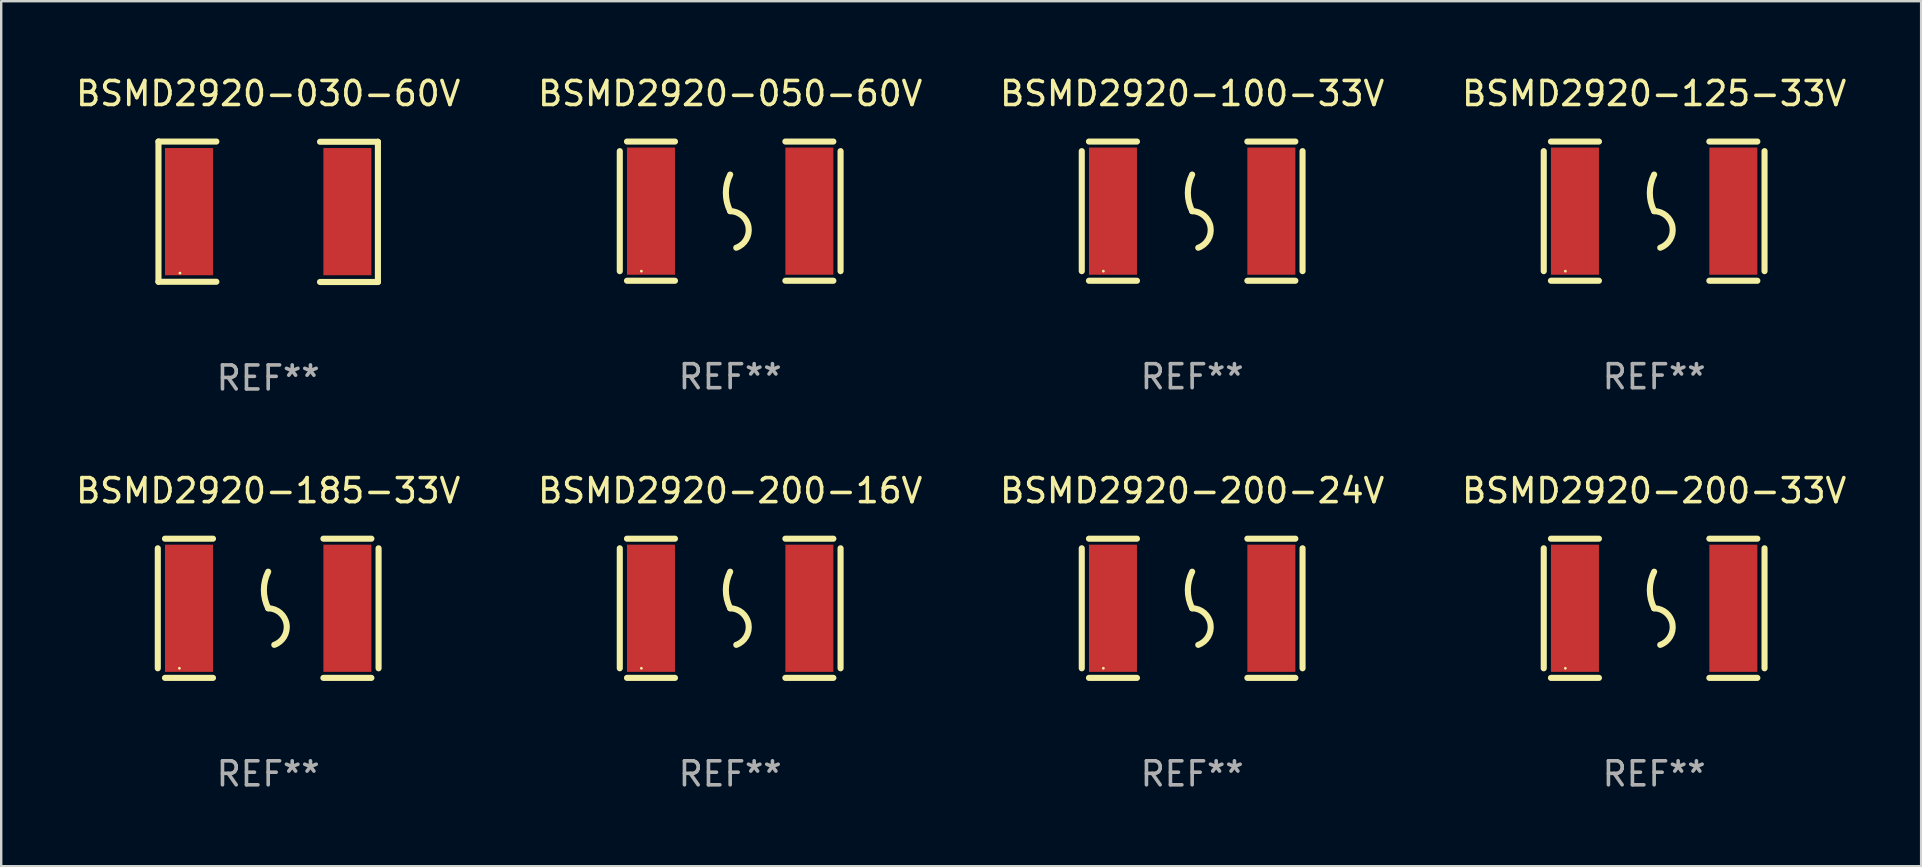
<source format=kicad_pcb>
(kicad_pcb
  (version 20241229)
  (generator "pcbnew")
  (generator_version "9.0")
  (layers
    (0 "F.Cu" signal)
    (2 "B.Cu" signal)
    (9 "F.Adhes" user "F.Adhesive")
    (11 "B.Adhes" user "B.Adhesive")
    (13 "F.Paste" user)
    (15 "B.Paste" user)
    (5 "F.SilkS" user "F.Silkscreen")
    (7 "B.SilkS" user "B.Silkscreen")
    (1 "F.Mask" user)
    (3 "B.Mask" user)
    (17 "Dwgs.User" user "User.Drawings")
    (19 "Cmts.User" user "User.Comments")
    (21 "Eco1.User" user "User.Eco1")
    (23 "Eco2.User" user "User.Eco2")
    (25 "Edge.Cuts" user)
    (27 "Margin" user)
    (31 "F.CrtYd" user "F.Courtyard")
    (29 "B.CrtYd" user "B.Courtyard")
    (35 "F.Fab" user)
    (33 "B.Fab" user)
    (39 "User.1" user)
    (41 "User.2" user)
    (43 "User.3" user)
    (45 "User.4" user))
  (footprint "BSMD2920-185-33V"
    (layer "F.Cu")
    (at 8.125 22.296)
    (property "Reference" "BSMD2920-185-33V" (at 0 -4.9 0) (layer "F.SilkS") (effects (font (size 1 1) (thickness 0.15))))
    (attr through_hole)
    (fp_line (start -4.6 -2.5) (end -4.6 2.5) (stroke (width 0.254) (type solid)) (layer "F.SilkS"))
    (fp_line (start -4.3 -2.9) (end -2.3 -2.9) (stroke (width 0.254) (type solid)) (layer "F.SilkS"))
    (fp_line (start -4.3 2.9) (end -2.3 2.9) (stroke (width 0.254) (type solid)) (layer "F.SilkS"))
    (fp_line (start 2.3 -2.9) (end 4.3 -2.9) (stroke (width 0.254) (type solid)) (layer "F.SilkS"))
    (fp_line (start 2.3 2.9) (end 4.3 2.9) (stroke (width 0.254) (type solid)) (layer "F.SilkS"))
    (fp_line (start 4.6 -2.5) (end 4.6 2.5) (stroke (width 0.254) (type solid)) (layer "F.SilkS"))
    (fp_arc (start 0 0) (mid -0.179884 -0.762002) (end 0 -1.524003) (stroke (width 0.254001) (type solid)) (layer "F.SilkS"))
    (fp_arc (start 0 0) (mid 0.763086 0.655987) (end 0.254001 1.524003) (stroke (width 0.254001) (type solid)) (layer "F.SilkS"))
    (fp_circle (center -3.7 2.5) (end -3.67 2.5) (stroke (width 0.06) (type solid)) (fill no) (layer "F.SilkS"))
    (fp_text user "REF**" (at 0 6.9 0) (layer "F.Fab") (effects (font (size 1 1) (thickness 0.15))))
    (pad "1" smd rect (at -3.3 0) (size 2 5.3) (layers "F.Cu" "F.Mask" "F.Paste"))
    (pad "2" smd rect (at 3.3 0) (size 2 5.3) (layers "F.Cu" "F.Mask" "F.Paste")))
  (footprint "BSMD2920-100-33V"
    (layer "F.Cu")
    (at 46.625 5.748)
    (property "Reference" "BSMD2920-100-33V" (at 0 -4.9 0) (layer "F.SilkS") (effects (font (size 1 1) (thickness 0.15))))
    (attr through_hole)
    (fp_line (start -4.6 -2.5) (end -4.6 2.5) (stroke (width 0.254) (type solid)) (layer "F.SilkS"))
    (fp_line (start -4.3 -2.9) (end -2.3 -2.9) (stroke (width 0.254) (type solid)) (layer "F.SilkS"))
    (fp_line (start -4.3 2.9) (end -2.3 2.9) (stroke (width 0.254) (type solid)) (layer "F.SilkS"))
    (fp_line (start 2.3 -2.9) (end 4.3 -2.9) (stroke (width 0.254) (type solid)) (layer "F.SilkS"))
    (fp_line (start 2.3 2.9) (end 4.3 2.9) (stroke (width 0.254) (type solid)) (layer "F.SilkS"))
    (fp_line (start 4.6 -2.5) (end 4.6 2.5) (stroke (width 0.254) (type solid)) (layer "F.SilkS"))
    (fp_arc (start 0 0) (mid -0.179884 -0.762002) (end 0 -1.524003) (stroke (width 0.254001) (type solid)) (layer "F.SilkS"))
    (fp_arc (start 0 0) (mid 0.763086 0.655987) (end 0.254001 1.524003) (stroke (width 0.254001) (type solid)) (layer "F.SilkS"))
    (fp_circle (center -3.7 2.5) (end -3.67 2.5) (stroke (width 0.06) (type solid)) (fill no) (layer "F.SilkS"))
    (fp_text user "REF**" (at 0 6.9 0) (layer "F.Fab") (effects (font (size 1 1) (thickness 0.15))))
    (pad "1" smd rect (at -3.3 0) (size 2 5.3) (layers "F.Cu" "F.Mask" "F.Paste"))
    (pad "2" smd rect (at 3.3 0) (size 2 5.3) (layers "F.Cu" "F.Mask" "F.Paste")))
  (footprint "BSMD2920-200-16V"
    (layer "F.Cu")
    (at 27.375 22.296)
    (property "Reference" "BSMD2920-200-16V" (at 0 -4.9 0) (layer "F.SilkS") (effects (font (size 1 1) (thickness 0.15))))
    (attr through_hole)
    (fp_line (start -4.6 -2.5) (end -4.6 2.5) (stroke (width 0.254) (type solid)) (layer "F.SilkS"))
    (fp_line (start -4.3 -2.9) (end -2.3 -2.9) (stroke (width 0.254) (type solid)) (layer "F.SilkS"))
    (fp_line (start -4.3 2.9) (end -2.3 2.9) (stroke (width 0.254) (type solid)) (layer "F.SilkS"))
    (fp_line (start 2.3 -2.9) (end 4.3 -2.9) (stroke (width 0.254) (type solid)) (layer "F.SilkS"))
    (fp_line (start 2.3 2.9) (end 4.3 2.9) (stroke (width 0.254) (type solid)) (layer "F.SilkS"))
    (fp_line (start 4.6 -2.5) (end 4.6 2.5) (stroke (width 0.254) (type solid)) (layer "F.SilkS"))
    (fp_arc (start 0 0) (mid -0.179884 -0.762002) (end 0 -1.524003) (stroke (width 0.254001) (type solid)) (layer "F.SilkS"))
    (fp_arc (start 0 0) (mid 0.763086 0.655987) (end 0.254001 1.524003) (stroke (width 0.254001) (type solid)) (layer "F.SilkS"))
    (fp_circle (center -3.7 2.5) (end -3.67 2.5) (stroke (width 0.06) (type solid)) (fill no) (layer "F.SilkS"))
    (fp_text user "REF**" (at 0 6.9 0) (layer "F.Fab") (effects (font (size 1 1) (thickness 0.15))))
    (pad "1" smd rect (at -3.3 0) (size 2 5.3) (layers "F.Cu" "F.Mask" "F.Paste"))
    (pad "2" smd rect (at 3.3 0) (size 2 5.3) (layers "F.Cu" "F.Mask" "F.Paste")))
  (footprint "BSMD2920-125-33V"
    (layer "F.Cu")
    (at 65.875 5.748)
    (property "Reference" "BSMD2920-125-33V" (at 0 -4.9 0) (layer "F.SilkS") (effects (font (size 1 1) (thickness 0.15))))
    (attr through_hole)
    (fp_line (start -4.6 -2.5) (end -4.6 2.5) (stroke (width 0.254) (type solid)) (layer "F.SilkS"))
    (fp_line (start -4.3 -2.9) (end -2.3 -2.9) (stroke (width 0.254) (type solid)) (layer "F.SilkS"))
    (fp_line (start -4.3 2.9) (end -2.3 2.9) (stroke (width 0.254) (type solid)) (layer "F.SilkS"))
    (fp_line (start 2.3 -2.9) (end 4.3 -2.9) (stroke (width 0.254) (type solid)) (layer "F.SilkS"))
    (fp_line (start 2.3 2.9) (end 4.3 2.9) (stroke (width 0.254) (type solid)) (layer "F.SilkS"))
    (fp_line (start 4.6 -2.5) (end 4.6 2.5) (stroke (width 0.254) (type solid)) (layer "F.SilkS"))
    (fp_arc (start 0 0) (mid -0.179884 -0.762002) (end 0 -1.524003) (stroke (width 0.254001) (type solid)) (layer "F.SilkS"))
    (fp_arc (start 0 0) (mid 0.763086 0.655987) (end 0.254001 1.524003) (stroke (width 0.254001) (type solid)) (layer "F.SilkS"))
    (fp_circle (center -3.7 2.5) (end -3.67 2.5) (stroke (width 0.06) (type solid)) (fill no) (layer "F.SilkS"))
    (fp_text user "REF**" (at 0 6.9 0) (layer "F.Fab") (effects (font (size 1 1) (thickness 0.15))))
    (pad "1" smd rect (at -3.3 0) (size 2 5.3) (layers "F.Cu" "F.Mask" "F.Paste"))
    (pad "2" smd rect (at 3.3 0) (size 2 5.3) (layers "F.Cu" "F.Mask" "F.Paste")))
  (footprint "BSMD2920-200-33V"
    (layer "F.Cu")
    (at 65.875 22.296)
    (property "Reference" "BSMD2920-200-33V" (at 0 -4.9 0) (layer "F.SilkS") (effects (font (size 1 1) (thickness 0.15))))
    (attr through_hole)
    (fp_line (start -4.6 -2.5) (end -4.6 2.5) (stroke (width 0.254) (type solid)) (layer "F.SilkS"))
    (fp_line (start -4.3 -2.9) (end -2.3 -2.9) (stroke (width 0.254) (type solid)) (layer "F.SilkS"))
    (fp_line (start -4.3 2.9) (end -2.3 2.9) (stroke (width 0.254) (type solid)) (layer "F.SilkS"))
    (fp_line (start 2.3 -2.9) (end 4.3 -2.9) (stroke (width 0.254) (type solid)) (layer "F.SilkS"))
    (fp_line (start 2.3 2.9) (end 4.3 2.9) (stroke (width 0.254) (type solid)) (layer "F.SilkS"))
    (fp_line (start 4.6 -2.5) (end 4.6 2.5) (stroke (width 0.254) (type solid)) (layer "F.SilkS"))
    (fp_arc (start 0 0) (mid -0.179884 -0.762002) (end 0 -1.524003) (stroke (width 0.254001) (type solid)) (layer "F.SilkS"))
    (fp_arc (start 0 0) (mid 0.763086 0.655987) (end 0.254001 1.524003) (stroke (width 0.254001) (type solid)) (layer "F.SilkS"))
    (fp_circle (center -3.7 2.5) (end -3.67 2.5) (stroke (width 0.06) (type solid)) (fill no) (layer "F.SilkS"))
    (fp_text user "REF**" (at 0 6.9 0) (layer "F.Fab") (effects (font (size 1 1) (thickness 0.15))))
    (pad "1" smd rect (at -3.3 0) (size 2 5.3) (layers "F.Cu" "F.Mask" "F.Paste"))
    (pad "2" smd rect (at 3.3 0) (size 2 5.3) (layers "F.Cu" "F.Mask" "F.Paste")))
  (footprint "BSMD2920-030-60V"
    (layer "F.Cu")
    (at 8.125 5.774)
    (property "Reference" "BSMD2920-030-60V" (at 0 -4.926 0) (layer "F.SilkS") (effects (font (size 1 1) (thickness 0.15))))
    (attr through_hole)
    (fp_line (start -4.572 -2.926) (end -4.572 2.916) (stroke (width 0.254) (type solid)) (layer "F.SilkS"))
    (fp_line (start -4.572 2.916) (end -2.159 2.916) (stroke (width 0.254) (type solid)) (layer "F.SilkS"))
    (fp_line (start -2.159 -2.926) (end -4.572 -2.926) (stroke (width 0.254) (type solid)) (layer "F.SilkS"))
    (fp_line (start 2.159 2.926) (end 4.572 2.926) (stroke (width 0.254) (type solid)) (layer "F.SilkS"))
    (fp_line (start 4.572 -2.916) (end 2.159 -2.916) (stroke (width 0.254) (type solid)) (layer "F.SilkS"))
    (fp_line (start 4.572 2.926) (end 4.572 -2.916) (stroke (width 0.254) (type solid)) (layer "F.SilkS"))
    (fp_circle (center -3.677 2.555) (end -3.647 2.555) (stroke (width 0.06) (type solid)) (fill no) (layer "F.SilkS"))
    (fp_text user "REF**" (at 0 6.926 0) (layer "F.Fab") (effects (font (size 1 1) (thickness 0.15))))
    (pad "1" smd rect (at -3.3 -0.005) (size 2 5.3) (layers "F.Cu" "F.Mask" "F.Paste"))
    (pad "2" smd rect (at 3.3 -0.005) (size 2 5.3) (layers "F.Cu" "F.Mask" "F.Paste")))
  (footprint "BSMD2920-050-60V"
    (layer "F.Cu")
    (at 27.375 5.748)
    (property "Reference" "BSMD2920-050-60V" (at 0 -4.9 0) (layer "F.SilkS") (effects (font (size 1 1) (thickness 0.15))))
    (attr through_hole)
    (fp_line (start -4.6 -2.5) (end -4.6 2.5) (stroke (width 0.254) (type solid)) (layer "F.SilkS"))
    (fp_line (start -4.3 -2.9) (end -2.3 -2.9) (stroke (width 0.254) (type solid)) (layer "F.SilkS"))
    (fp_line (start -4.3 2.9) (end -2.3 2.9) (stroke (width 0.254) (type solid)) (layer "F.SilkS"))
    (fp_line (start 2.3 -2.9) (end 4.3 -2.9) (stroke (width 0.254) (type solid)) (layer "F.SilkS"))
    (fp_line (start 2.3 2.9) (end 4.3 2.9) (stroke (width 0.254) (type solid)) (layer "F.SilkS"))
    (fp_line (start 4.6 -2.5) (end 4.6 2.5) (stroke (width 0.254) (type solid)) (layer "F.SilkS"))
    (fp_arc (start 0 0) (mid -0.179884 -0.762002) (end 0 -1.524003) (stroke (width 0.254001) (type solid)) (layer "F.SilkS"))
    (fp_arc (start 0 0) (mid 0.763086 0.655987) (end 0.254001 1.524003) (stroke (width 0.254001) (type solid)) (layer "F.SilkS"))
    (fp_circle (center -3.7 2.5) (end -3.67 2.5) (stroke (width 0.06) (type solid)) (fill no) (layer "F.SilkS"))
    (fp_text user "REF**" (at 0 6.9 0) (layer "F.Fab") (effects (font (size 1 1) (thickness 0.15))))
    (pad "1" smd rect (at -3.3 0) (size 2 5.3) (layers "F.Cu" "F.Mask" "F.Paste"))
    (pad "2" smd rect (at 3.3 0) (size 2 5.3) (layers "F.Cu" "F.Mask" "F.Paste")))
  (footprint "BSMD2920-200-24V"
    (layer "F.Cu")
    (at 46.625 22.296)
    (property "Reference" "BSMD2920-200-24V" (at 0 -4.9 0) (layer "F.SilkS") (effects (font (size 1 1) (thickness 0.15))))
    (attr through_hole)
    (fp_line (start -4.6 -2.5) (end -4.6 2.5) (stroke (width 0.254) (type solid)) (layer "F.SilkS"))
    (fp_line (start -4.3 -2.9) (end -2.3 -2.9) (stroke (width 0.254) (type solid)) (layer "F.SilkS"))
    (fp_line (start -4.3 2.9) (end -2.3 2.9) (stroke (width 0.254) (type solid)) (layer "F.SilkS"))
    (fp_line (start 2.3 -2.9) (end 4.3 -2.9) (stroke (width 0.254) (type solid)) (layer "F.SilkS"))
    (fp_line (start 2.3 2.9) (end 4.3 2.9) (stroke (width 0.254) (type solid)) (layer "F.SilkS"))
    (fp_line (start 4.6 -2.5) (end 4.6 2.5) (stroke (width 0.254) (type solid)) (layer "F.SilkS"))
    (fp_arc (start 0 0) (mid -0.179884 -0.762002) (end 0 -1.524003) (stroke (width 0.254001) (type solid)) (layer "F.SilkS"))
    (fp_arc (start 0 0) (mid 0.763086 0.655987) (end 0.254001 1.524003) (stroke (width 0.254001) (type solid)) (layer "F.SilkS"))
    (fp_circle (center -3.7 2.5) (end -3.67 2.5) (stroke (width 0.06) (type solid)) (fill no) (layer "F.SilkS"))
    (fp_text user "REF**" (at 0 6.9 0) (layer "F.Fab") (effects (font (size 1 1) (thickness 0.15))))
    (pad "1" smd rect (at -3.3 0) (size 2 5.3) (layers "F.Cu" "F.Mask" "F.Paste"))
    (pad "2" smd rect (at 3.3 0) (size 2 5.3) (layers "F.Cu" "F.Mask" "F.Paste")))
  (gr_rect
    (start -3 -3)
    (end 77 33.044)
    (stroke (width 0.1) (type default))
    (fill no)
    (layer "Edge.Cuts")))
</source>
